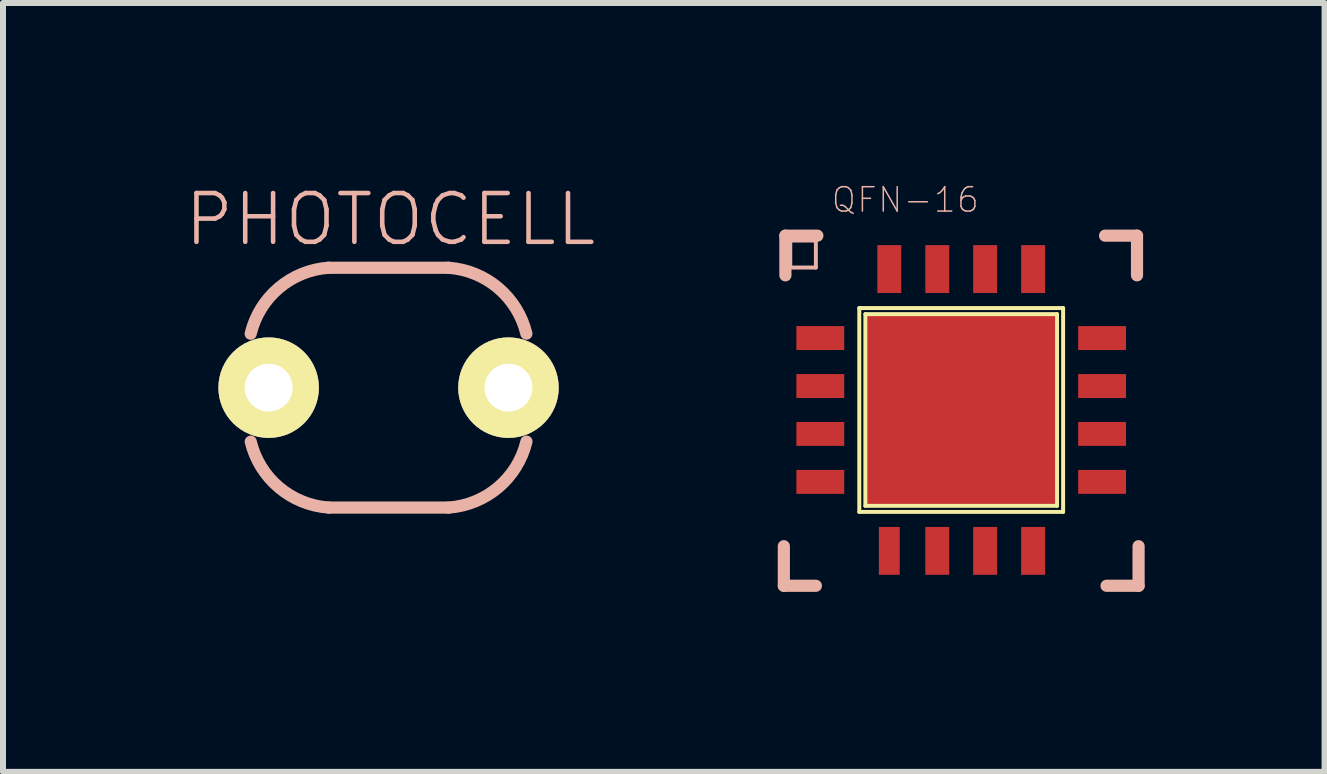
<source format=kicad_pcb>
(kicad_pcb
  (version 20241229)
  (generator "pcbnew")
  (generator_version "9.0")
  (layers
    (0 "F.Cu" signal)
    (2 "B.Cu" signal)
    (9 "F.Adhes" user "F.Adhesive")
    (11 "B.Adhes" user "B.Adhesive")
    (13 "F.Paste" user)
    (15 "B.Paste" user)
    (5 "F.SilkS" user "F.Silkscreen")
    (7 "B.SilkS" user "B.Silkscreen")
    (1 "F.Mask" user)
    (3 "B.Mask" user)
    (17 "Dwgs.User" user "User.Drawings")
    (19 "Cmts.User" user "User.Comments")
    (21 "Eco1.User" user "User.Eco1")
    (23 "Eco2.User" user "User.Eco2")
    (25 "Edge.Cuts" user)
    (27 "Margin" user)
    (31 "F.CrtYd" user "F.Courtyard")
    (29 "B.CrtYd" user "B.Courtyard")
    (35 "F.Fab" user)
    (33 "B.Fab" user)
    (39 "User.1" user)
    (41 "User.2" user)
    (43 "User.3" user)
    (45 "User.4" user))
  (footprint "PHOTOCELL"
    (layer "F.Cu")
    (at 3.428 3.413)
    (property "Reference" "PHOTOCELL" (at 0.03 -2.804 0) (layer "B.SilkS") (effects (font (size 0.813 0.813) (thickness 0.076))))
    (attr exclude_from_pos_files exclude_from_bom)
    (fp_line (start -0.998 -1.999) (end 0.998 -1.999) (stroke (width 0.203) (type solid)) (layer "B.SilkS"))
    (fp_line (start 0.998 1.999) (end -0.998 1.999) (stroke (width 0.203) (type solid)) (layer "B.SilkS"))
    (fp_arc (start -2.2987 -0.89916) (mid -1.829557 -1.661826) (end -1.000248 -1.999466) (stroke (width 0.2032) (type solid)) (layer "B.SilkS"))
    (fp_arc (start -0.99822 1.99898) (mid -1.827635 1.662634) (end -2.297627 0.900948) (stroke (width 0.2032) (type solid)) (layer "B.SilkS"))
    (fp_arc (start 0.99822 -1.99898) (mid 1.827635 -1.662634) (end 2.297627 -0.900948) (stroke (width 0.2032) (type solid)) (layer "B.SilkS"))
    (fp_arc (start 2.2987 0.89916) (mid 1.829557 1.661826) (end 1.000248 1.999466) (stroke (width 0.2032) (type solid)) (layer "B.SilkS"))
    (pad "1" thru_hole circle (at -1.999 0) (size 1.676 1.676) (drill 0.798) (layers "*.Cu" "F.Mask" "F.SilkS" "F.Paste"))
    (pad "2" thru_hole circle (at 1.999 0) (size 1.676 1.676) (drill 0.798) (layers "*.Cu" "F.Mask" "F.SilkS" "F.Paste")))
  (footprint "QFN-16"
    (layer "F.Cu")
    (at 12.975 3.785)
    (property "Reference" "QFN-16" (at -0.932 -3.503 0) (layer "B.SilkS") (effects (font (size 0.406 0.406) (thickness 0.025))))
    (attr smd)
    (fp_line (start -1.699 -1.699) (end 1.699 -1.699) (stroke (width 0.066) (type solid)) (layer "F.SilkS"))
    (fp_line (start -1.699 1.699) (end -1.699 -1.699) (stroke (width 0.066) (type solid)) (layer "F.SilkS"))
    (fp_line (start -1.699 1.699) (end 1.699 1.699) (stroke (width 0.066) (type solid)) (layer "F.SilkS"))
    (fp_line (start -1.598 -1.598) (end 1.598 -1.598) (stroke (width 0.066) (type solid)) (layer "F.SilkS"))
    (fp_line (start -1.598 1.598) (end -1.598 -1.598) (stroke (width 0.066) (type solid)) (layer "F.SilkS"))
    (fp_line (start -1.598 1.598) (end 1.598 1.598) (stroke (width 0.066) (type solid)) (layer "F.SilkS"))
    (fp_line (start 1.598 1.598) (end 1.598 -1.598) (stroke (width 0.066) (type solid)) (layer "F.SilkS"))
    (fp_line (start 1.699 1.699) (end 1.699 -1.699) (stroke (width 0.066) (type solid)) (layer "F.SilkS"))
    (fp_line (start -2.957 2.931) (end -2.957 2.271) (stroke (width 0.203) (type solid)) (layer "B.SilkS"))
    (fp_line (start -2.931 -2.906) (end -2.931 -2.245) (stroke (width 0.203) (type solid)) (layer "B.SilkS"))
    (fp_line (start -2.931 -2.906) (end -2.398 -2.906) (stroke (width 0.203) (type solid)) (layer "B.SilkS"))
    (fp_line (start -2.85 -2.824) (end -2.423 -2.824) (stroke (width 0.066) (type solid)) (layer "B.SilkS"))
    (fp_line (start -2.85 -2.375) (end -2.85 -2.824) (stroke (width 0.066) (type solid)) (layer "B.SilkS"))
    (fp_line (start -2.85 -2.375) (end -2.423 -2.375) (stroke (width 0.066) (type solid)) (layer "B.SilkS"))
    (fp_line (start -2.423 -2.375) (end -2.423 -2.824) (stroke (width 0.066) (type solid)) (layer "B.SilkS"))
    (fp_line (start -2.423 2.931) (end -2.957 2.931) (stroke (width 0.203) (type solid)) (layer "B.SilkS"))
    (fp_line (start 2.398 -2.906) (end 2.931 -2.906) (stroke (width 0.203) (type solid)) (layer "B.SilkS"))
    (fp_line (start 2.931 -2.906) (end 2.931 -2.245) (stroke (width 0.203) (type solid)) (layer "B.SilkS"))
    (fp_line (start 2.957 2.931) (end 2.423 2.931) (stroke (width 0.203) (type solid)) (layer "B.SilkS"))
    (fp_line (start 2.957 2.931) (end 2.957 2.271) (stroke (width 0.203) (type solid)) (layer "B.SilkS"))
    (pad "1" smd rect (at -2.349 -1.199) (size 0.798 0.399) (layers "F.Cu" "F.Mask" "F.Paste"))
    (pad "2" smd rect (at -2.349 -0.399) (size 0.798 0.399) (layers "F.Cu" "F.Mask" "F.Paste"))
    (pad "3" smd rect (at -2.349 0.399) (size 0.798 0.399) (layers "F.Cu" "F.Mask" "F.Paste"))
    (pad "4" smd rect (at -2.349 1.199) (size 0.798 0.399) (layers "F.Cu" "F.Mask" "F.Paste"))
    (pad "5" smd rect (at -1.199 2.349 90) (size 0.798 0.348) (layers "F.Cu" "F.Mask" "F.Paste"))
    (pad "6" smd rect (at -0.399 2.349 90) (size 0.798 0.399) (layers "F.Cu" "F.Mask" "F.Paste"))
    (pad "7" smd rect (at 0.399 2.349 90) (size 0.798 0.399) (layers "F.Cu" "F.Mask" "F.Paste"))
    (pad "8" smd rect (at 1.199 2.349 90) (size 0.798 0.399) (layers "F.Cu" "F.Mask" "F.Paste"))
    (pad "9" smd rect (at 2.349 1.199 180) (size 0.798 0.399) (layers "F.Cu" "F.Mask" "F.Paste"))
    (pad "10" smd rect (at 2.349 0.399 180) (size 0.798 0.399) (layers "F.Cu" "F.Mask" "F.Paste"))
    (pad "11" smd rect (at 2.349 -0.399 180) (size 0.798 0.399) (layers "F.Cu" "F.Mask" "F.Paste"))
    (pad "12" smd rect (at 2.349 -1.199 180) (size 0.798 0.399) (layers "F.Cu" "F.Mask" "F.Paste"))
    (pad "13" smd rect (at 1.199 -2.349 270) (size 0.798 0.399) (layers "F.Cu" "F.Mask" "F.Paste"))
    (pad "14" smd rect (at 0.399 -2.349 270) (size 0.798 0.399) (layers "F.Cu" "F.Mask" "F.Paste"))
    (pad "15" smd rect (at -0.399 -2.349 270) (size 0.798 0.399) (layers "F.Cu" "F.Mask" "F.Paste"))
    (pad "16" smd rect (at -1.199 -2.349 270) (size 0.798 0.399) (layers "F.Cu" "F.Mask" "F.Paste"))
    (pad "EXP" smd rect (at 0 0) (size 3.188 3.188) (layers "F.Cu" "F.Mask" "F.Paste")))
  (gr_rect
    (start -3 -3)
    (end 19.033 9.818)
    (stroke (width 0.1) (type default))
    (fill no)
    (layer "Edge.Cuts")))
</source>
